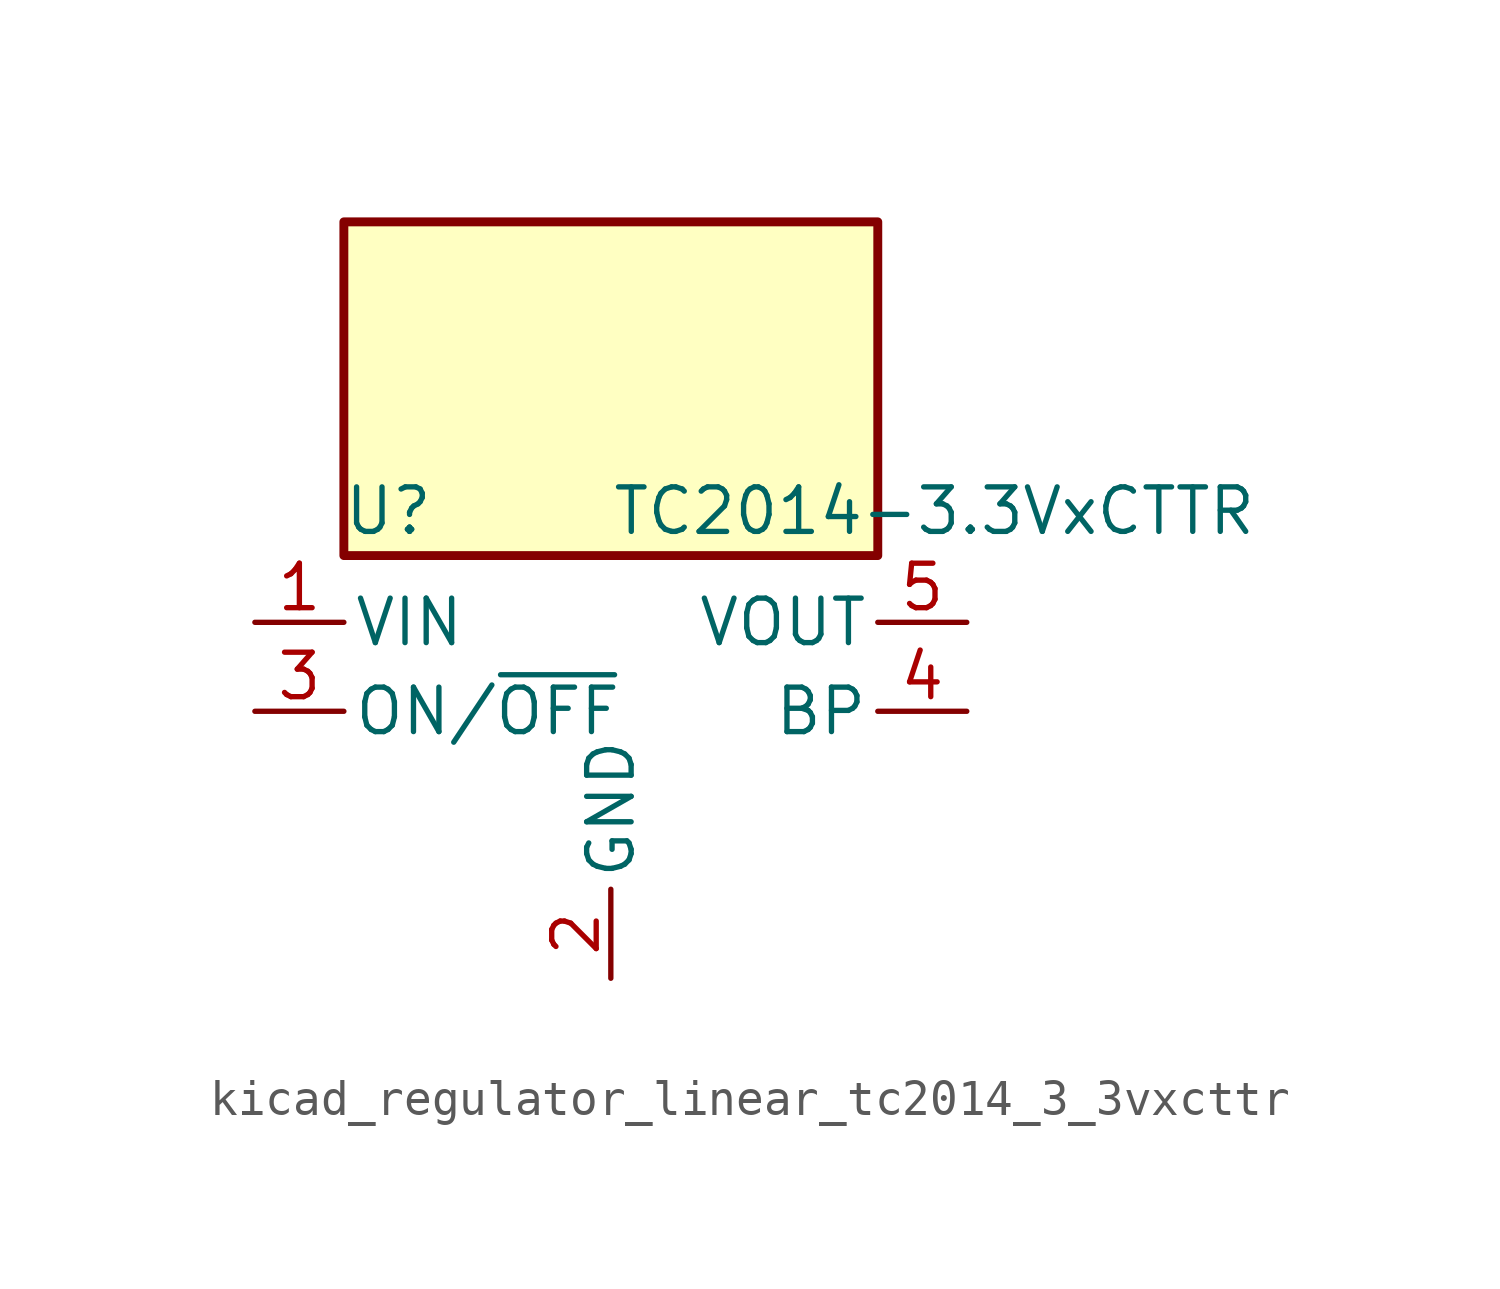
<source format=kicad_sym>
(kicad_symbol_lib
  (version 20220914)
  (generator kicad_symbol_editor)
  (symbol "kicad_regulator_linear_tc2014_3_3vxcttr"
    (pin_names
      (offset 0.254))
    (property "Reference" "U"
      (at -6.35 5.715 0)
      (effects (font (size 1.27 1.27))))
    (property "Value" "TC2014-3.3VxCTTR"
      (at 0 5.715 0)
      (effects (font (size 1.27 1.27)) (justify left)))
    (symbol "kicad_regulator_linear_tc2014_3_3vxcttr_0_1"
      (rectangle (start 7.62 13.97) (end -7.62 4.445) (stroke (width 0.254) (type default)) (fill (type background))))
    (symbol "kicad_regulator_linear_tc2014_3_3vxcttr_1_1"
      (pin power_in line (at -10.16 2.54 0) (length 2.54) (name "VIN" (effects (font (size 1.27 1.27)))) (number "1" (effects (font (size 1.27 1.27)))))
      (pin power_in line (at 0 -7.62 90) (length 2.54) (name "GND" (effects (font (size 1.27 1.27)))) (number "2" (effects (font (size 1.27 1.27)))))
      (pin input line (at -10.16 0 0) (length 2.54) (name "ON/~{OFF}" (effects (font (size 1.27 1.27)))) (number "3" (effects (font (size 1.27 1.27)))))
      (pin input line (at 10.16 0 180) (length 2.54) (name "BP" (effects (font (size 1.27 1.27)))) (number "4" (effects (font (size 1.27 1.27)))))
      (pin power_out line (at 10.16 2.54 180) (length 2.54) (name "VOUT" (effects (font (size 1.27 1.27)))) (number "5" (effects (font (size 1.27 1.27))))))))
</source>
